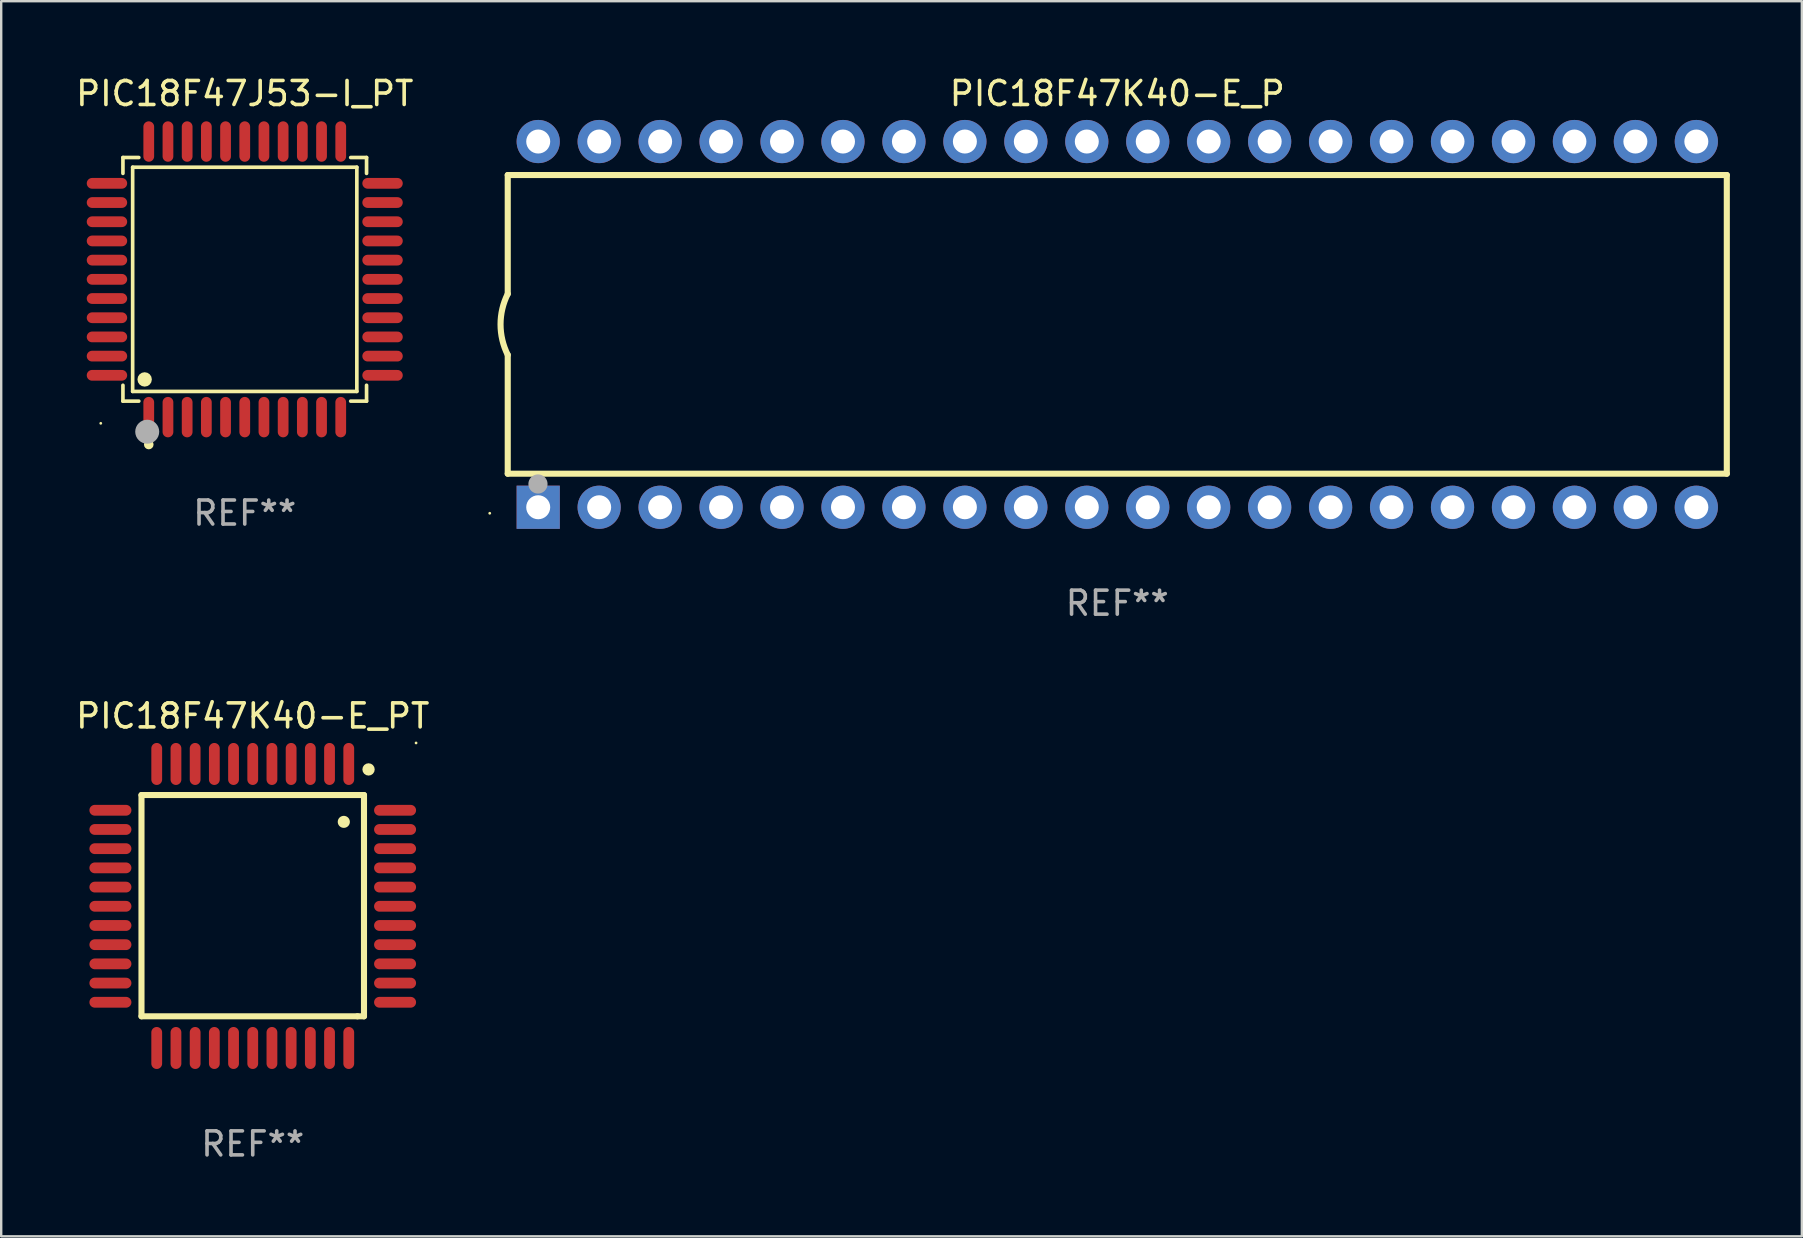
<source format=kicad_pcb>
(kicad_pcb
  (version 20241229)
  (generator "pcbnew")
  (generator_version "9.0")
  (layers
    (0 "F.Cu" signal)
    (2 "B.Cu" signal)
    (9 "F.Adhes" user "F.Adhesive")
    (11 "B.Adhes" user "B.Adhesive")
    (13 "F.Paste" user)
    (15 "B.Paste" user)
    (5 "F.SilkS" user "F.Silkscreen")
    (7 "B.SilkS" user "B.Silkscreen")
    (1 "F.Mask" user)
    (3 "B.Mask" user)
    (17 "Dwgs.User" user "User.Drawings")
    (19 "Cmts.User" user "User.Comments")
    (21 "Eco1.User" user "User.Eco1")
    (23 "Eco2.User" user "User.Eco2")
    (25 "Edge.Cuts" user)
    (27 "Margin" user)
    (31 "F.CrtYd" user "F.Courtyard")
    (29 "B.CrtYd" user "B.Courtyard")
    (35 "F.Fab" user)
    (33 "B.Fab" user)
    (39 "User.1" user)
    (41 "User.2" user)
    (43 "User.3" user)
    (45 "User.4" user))
  (footprint "PIC18F47K40-E_PT"
    (layer "F.Cu")
    (at 7.482 34.703)
    (property "Reference" "PIC18F47K40-E_PT" (at 0 -7.918 0) (layer "F.SilkS") (effects (font (size 1 1) (thickness 0.15))))
    (attr through_hole)
    (fp_line (start -4.636 -4.623) (end 4.636 -4.623) (stroke (width 0.254) (type solid)) (layer "F.SilkS"))
    (fp_line (start -4.636 4.597) (end -4.636 -4.623) (stroke (width 0.254) (type solid)) (layer "F.SilkS"))
    (fp_line (start 4.363 4.597) (end -4.636 4.597) (stroke (width 0.254) (type solid)) (layer "F.SilkS"))
    (fp_line (start 4.636 -4.623) (end 4.636 4.35) (stroke (width 0.254) (type solid)) (layer "F.SilkS"))
    (fp_line (start 4.636 4.35) (end 4.636 4.597) (stroke (width 0.254) (type solid)) (layer "F.SilkS"))
    (fp_line (start 4.636 4.597) (end 4.363 4.597) (stroke (width 0.254) (type solid)) (layer "F.SilkS"))
    (fp_arc (start 3.792228 -3.505207) (mid 3.794768 -3.50522) (end 3.797308 -3.505207) (stroke (width 0.5) (type solid)) (layer "F.SilkS"))
    (fp_circle (center 4.826 -5.69) (end 4.956 -5.69) (stroke (width 0.254) (type solid)) (fill no) (layer "F.SilkS"))
    (fp_circle (center 6.806 -6.793) (end 6.836 -6.793) (stroke (width 0.06) (type solid)) (fill no) (layer "F.SilkS"))
    (fp_text user "REF**" (at 0 9.918 0) (layer "F.Fab") (effects (font (size 1 1) (thickness 0.15))))
    (pad "1" smd oval (at 4.001 -5.918) (size 0.45 1.75) (layers "F.Cu" "F.Mask" "F.Paste"))
    (pad "2" smd oval (at 3.2 -5.918) (size 0.45 1.75) (layers "F.Cu" "F.Mask" "F.Paste"))
    (pad "3" smd oval (at 2.4 -5.918) (size 0.45 1.75) (layers "F.Cu" "F.Mask" "F.Paste"))
    (pad "4" smd oval (at 1.6 -5.918) (size 0.45 1.75) (layers "F.Cu" "F.Mask" "F.Paste"))
    (pad "5" smd oval (at 0.8 -5.918) (size 0.45 1.75) (layers "F.Cu" "F.Mask" "F.Paste"))
    (pad "6" smd oval (at 0 -5.918) (size 0.45 1.75) (layers "F.Cu" "F.Mask" "F.Paste"))
    (pad "7" smd oval (at -0.8 -5.918) (size 0.45 1.75) (layers "F.Cu" "F.Mask" "F.Paste"))
    (pad "8" smd oval (at -1.6 -5.918) (size 0.45 1.75) (layers "F.Cu" "F.Mask" "F.Paste"))
    (pad "9" smd oval (at -2.4 -5.918) (size 0.45 1.75) (layers "F.Cu" "F.Mask" "F.Paste"))
    (pad "10" smd oval (at -3.2 -5.918) (size 0.45 1.75) (layers "F.Cu" "F.Mask" "F.Paste"))
    (pad "11" smd oval (at -4.001 -5.918) (size 0.45 1.75) (layers "F.Cu" "F.Mask" "F.Paste"))
    (pad "12" smd oval (at -5.931 -3.988 270) (size 0.45 1.75) (layers "F.Cu" "F.Mask" "F.Paste"))
    (pad "13" smd oval (at -5.931 -3.188 270) (size 0.45 1.75) (layers "F.Cu" "F.Mask" "F.Paste"))
    (pad "14" smd oval (at -5.931 -2.388 270) (size 0.45 1.75) (layers "F.Cu" "F.Mask" "F.Paste"))
    (pad "15" smd oval (at -5.931 -1.588 270) (size 0.45 1.75) (layers "F.Cu" "F.Mask" "F.Paste"))
    (pad "16" smd oval (at -5.931 -0.787 270) (size 0.45 1.75) (layers "F.Cu" "F.Mask" "F.Paste"))
    (pad "17" smd oval (at -5.931 0.013 270) (size 0.45 1.75) (layers "F.Cu" "F.Mask" "F.Paste"))
    (pad "18" smd oval (at -5.931 0.813 270) (size 0.45 1.75) (layers "F.Cu" "F.Mask" "F.Paste"))
    (pad "19" smd oval (at -5.931 1.613 270) (size 0.45 1.75) (layers "F.Cu" "F.Mask" "F.Paste"))
    (pad "20" smd oval (at -5.931 2.413 270) (size 0.45 1.75) (layers "F.Cu" "F.Mask" "F.Paste"))
    (pad "21" smd oval (at -5.931 3.213 270) (size 0.45 1.75) (layers "F.Cu" "F.Mask" "F.Paste"))
    (pad "22" smd oval (at -5.931 4.013 270) (size 0.45 1.75) (layers "F.Cu" "F.Mask" "F.Paste"))
    (pad "23" smd oval (at -4.001 5.918) (size 0.45 1.75) (layers "F.Cu" "F.Mask" "F.Paste"))
    (pad "24" smd oval (at -3.2 5.918) (size 0.45 1.75) (layers "F.Cu" "F.Mask" "F.Paste"))
    (pad "25" smd oval (at -2.4 5.918) (size 0.45 1.75) (layers "F.Cu" "F.Mask" "F.Paste"))
    (pad "26" smd oval (at -1.6 5.918) (size 0.45 1.75) (layers "F.Cu" "F.Mask" "F.Paste"))
    (pad "27" smd oval (at -0.8 5.918) (size 0.45 1.75) (layers "F.Cu" "F.Mask" "F.Paste"))
    (pad "28" smd oval (at 0 5.918) (size 0.45 1.75) (layers "F.Cu" "F.Mask" "F.Paste"))
    (pad "29" smd oval (at 0.8 5.918) (size 0.45 1.75) (layers "F.Cu" "F.Mask" "F.Paste"))
    (pad "30" smd oval (at 1.6 5.918) (size 0.45 1.75) (layers "F.Cu" "F.Mask" "F.Paste"))
    (pad "31" smd oval (at 2.4 5.918) (size 0.45 1.75) (layers "F.Cu" "F.Mask" "F.Paste"))
    (pad "32" smd oval (at 3.2 5.918) (size 0.45 1.75) (layers "F.Cu" "F.Mask" "F.Paste"))
    (pad "33" smd oval (at 4.001 5.918) (size 0.45 1.75) (layers "F.Cu" "F.Mask" "F.Paste"))
    (pad "34" smd oval (at 5.931 4.013 270) (size 0.45 1.75) (layers "F.Cu" "F.Mask" "F.Paste"))
    (pad "35" smd oval (at 5.931 3.213 270) (size 0.45 1.75) (layers "F.Cu" "F.Mask" "F.Paste"))
    (pad "36" smd oval (at 5.931 2.413 270) (size 0.45 1.75) (layers "F.Cu" "F.Mask" "F.Paste"))
    (pad "37" smd oval (at 5.931 1.613 270) (size 0.45 1.75) (layers "F.Cu" "F.Mask" "F.Paste"))
    (pad "38" smd oval (at 5.931 0.813 270) (size 0.45 1.75) (layers "F.Cu" "F.Mask" "F.Paste"))
    (pad "39" smd oval (at 5.931 0.013 270) (size 0.45 1.75) (layers "F.Cu" "F.Mask" "F.Paste"))
    (pad "40" smd oval (at 5.931 -0.787 270) (size 0.45 1.75) (layers "F.Cu" "F.Mask" "F.Paste"))
    (pad "41" smd oval (at 5.931 -1.588 270) (size 0.45 1.75) (layers "F.Cu" "F.Mask" "F.Paste"))
    (pad "42" smd oval (at 5.931 -2.388 270) (size 0.45 1.75) (layers "F.Cu" "F.Mask" "F.Paste"))
    (pad "43" smd oval (at 5.931 -3.188 270) (size 0.45 1.75) (layers "F.Cu" "F.Mask" "F.Paste"))
    (pad "44" smd oval (at 5.931 -3.988 270) (size 0.45 1.75) (layers "F.Cu" "F.Mask" "F.Paste")))
  (footprint "PIC18F47K40-E_P"
    (layer "F.Cu")
    (at 43.508 10.468)
    (property "Reference" "PIC18F47K40-E_P" (at 0 -9.62 0) (layer "F.SilkS") (effects (font (size 1 1) (thickness 0.15))))
    (attr through_hole)
    (fp_line (start -25.4 -6.224) (end -25.4 -1.271) (stroke (width 0.254) (type solid)) (layer "F.SilkS"))
    (fp_line (start -25.4 -6.224) (end 25.4 -6.224) (stroke (width 0.254) (type solid)) (layer "F.SilkS"))
    (fp_line (start -25.4 1.269) (end -25.4 6.222) (stroke (width 0.254) (type solid)) (layer "F.SilkS"))
    (fp_line (start -25.4 6.222) (end 25.4 6.222) (stroke (width 0.254) (type solid)) (layer "F.SilkS"))
    (fp_line (start 25.4 6.222) (end 25.4 -6.224) (stroke (width 0.254) (type solid)) (layer "F.SilkS"))
    (fp_arc (start -25.4 1.269241) (mid -25.699807 -0.000762) (end -25.4 -1.270765) (stroke (width 0.254001) (type solid)) (layer "F.SilkS"))
    (fp_circle (center -26.15 7.87) (end -26.12 7.87) (stroke (width 0.06) (type solid)) (fill no) (layer "F.SilkS"))
    (fp_circle (center -24.14 6.65) (end -23.94 6.65) (stroke (width 0.4) (type solid)) (fill no) (layer "F.Fab"))
    (fp_text user "REF**" (at 0 11.62 0) (layer "F.Fab") (effects (font (size 1 1) (thickness 0.15))))
    (pad "1" thru_hole rect (at -24.13 7.62 90) (size 1.8 1.8) (drill 1) (layers "*.Cu" "*.Mask"))
    (pad "2" thru_hole circle (at -21.59 7.62) (size 1.8 1.8) (drill 1) (layers "*.Cu" "*.Mask"))
    (pad "3" thru_hole circle (at -19.05 7.62) (size 1.8 1.8) (drill 1) (layers "*.Cu" "*.Mask"))
    (pad "4" thru_hole circle (at -16.51 7.62) (size 1.8 1.8) (drill 1) (layers "*.Cu" "*.Mask"))
    (pad "5" thru_hole circle (at -13.97 7.62) (size 1.8 1.8) (drill 1) (layers "*.Cu" "*.Mask"))
    (pad "6" thru_hole circle (at -11.43 7.62) (size 1.8 1.8) (drill 1) (layers "*.Cu" "*.Mask"))
    (pad "7" thru_hole circle (at -8.89 7.62) (size 1.8 1.8) (drill 1) (layers "*.Cu" "*.Mask"))
    (pad "8" thru_hole circle (at -6.35 7.62) (size 1.8 1.8) (drill 1) (layers "*.Cu" "*.Mask"))
    (pad "9" thru_hole circle (at -3.81 7.62) (size 1.8 1.8) (drill 1) (layers "*.Cu" "*.Mask"))
    (pad "10" thru_hole circle (at -1.27 7.62) (size 1.8 1.8) (drill 1) (layers "*.Cu" "*.Mask"))
    (pad "11" thru_hole circle (at 1.27 7.62) (size 1.8 1.8) (drill 1) (layers "*.Cu" "*.Mask"))
    (pad "12" thru_hole circle (at 3.81 7.62) (size 1.8 1.8) (drill 1) (layers "*.Cu" "*.Mask"))
    (pad "13" thru_hole circle (at 6.35 7.62) (size 1.8 1.8) (drill 1) (layers "*.Cu" "*.Mask"))
    (pad "14" thru_hole circle (at 8.89 7.62) (size 1.8 1.8) (drill 1) (layers "*.Cu" "*.Mask"))
    (pad "15" thru_hole circle (at 11.43 7.62) (size 1.8 1.8) (drill 1) (layers "*.Cu" "*.Mask"))
    (pad "16" thru_hole circle (at 13.97 7.62) (size 1.8 1.8) (drill 1) (layers "*.Cu" "*.Mask"))
    (pad "17" thru_hole circle (at 16.51 7.62) (size 1.8 1.8) (drill 1) (layers "*.Cu" "*.Mask"))
    (pad "18" thru_hole circle (at 19.05 7.62) (size 1.8 1.8) (drill 1) (layers "*.Cu" "*.Mask"))
    (pad "19" thru_hole circle (at 21.59 7.62) (size 1.8 1.8) (drill 1) (layers "*.Cu" "*.Mask"))
    (pad "20" thru_hole circle (at 24.13 7.62) (size 1.8 1.8) (drill 1) (layers "*.Cu" "*.Mask"))
    (pad "21" thru_hole circle (at 24.13 -7.62) (size 1.8 1.8) (drill 1) (layers "*.Cu" "*.Mask"))
    (pad "22" thru_hole circle (at 21.59 -7.62) (size 1.8 1.8) (drill 1) (layers "*.Cu" "*.Mask"))
    (pad "23" thru_hole circle (at 19.05 -7.62) (size 1.8 1.8) (drill 1) (layers "*.Cu" "*.Mask"))
    (pad "24" thru_hole circle (at 16.51 -7.62) (size 1.8 1.8) (drill 1) (layers "*.Cu" "*.Mask"))
    (pad "25" thru_hole circle (at 13.97 -7.62) (size 1.8 1.8) (drill 1) (layers "*.Cu" "*.Mask"))
    (pad "26" thru_hole circle (at 11.43 -7.62) (size 1.8 1.8) (drill 1) (layers "*.Cu" "*.Mask"))
    (pad "27" thru_hole circle (at 8.89 -7.62) (size 1.8 1.8) (drill 1) (layers "*.Cu" "*.Mask"))
    (pad "28" thru_hole circle (at 6.35 -7.62) (size 1.8 1.8) (drill 1) (layers "*.Cu" "*.Mask"))
    (pad "29" thru_hole circle (at 3.81 -7.62) (size 1.8 1.8) (drill 1) (layers "*.Cu" "*.Mask"))
    (pad "30" thru_hole circle (at 1.27 -7.62) (size 1.8 1.8) (drill 1) (layers "*.Cu" "*.Mask"))
    (pad "31" thru_hole circle (at -1.27 -7.62) (size 1.8 1.8) (drill 1) (layers "*.Cu" "*.Mask"))
    (pad "32" thru_hole circle (at -3.81 -7.62) (size 1.8 1.8) (drill 1) (layers "*.Cu" "*.Mask"))
    (pad "33" thru_hole circle (at -6.35 -7.62) (size 1.8 1.8) (drill 1) (layers "*.Cu" "*.Mask"))
    (pad "34" thru_hole circle (at -8.89 -7.62) (size 1.8 1.8) (drill 1) (layers "*.Cu" "*.Mask"))
    (pad "35" thru_hole circle (at -11.43 -7.62) (size 1.8 1.8) (drill 1) (layers "*.Cu" "*.Mask"))
    (pad "36" thru_hole circle (at -13.97 -7.62) (size 1.8 1.8) (drill 1) (layers "*.Cu" "*.Mask"))
    (pad "37" thru_hole circle (at -16.51 -7.62) (size 1.8 1.8) (drill 1) (layers "*.Cu" "*.Mask"))
    (pad "38" thru_hole circle (at -19.05 -7.62) (size 1.8 1.8) (drill 1) (layers "*.Cu" "*.Mask"))
    (pad "39" thru_hole circle (at -21.59 -7.62) (size 1.8 1.8) (drill 1) (layers "*.Cu" "*.Mask"))
    (pad "40" thru_hole circle (at -24.13 -7.62) (size 1.8 1.8) (drill 1) (layers "*.Cu" "*.Mask")))
  (footprint "PIC18F47J53-I_PT"
    (layer "F.Cu")
    (at 7.149 8.59)
    (property "Reference" "PIC18F47J53-I_PT" (at 0 -7.742 0) (layer "F.SilkS") (effects (font (size 1 1) (thickness 0.15))))
    (attr through_hole)
    (fp_line (start -5.076 -5.076) (end -4.415 -5.076) (stroke (width 0.152) (type solid)) (layer "F.SilkS"))
    (fp_line (start -5.076 -4.415) (end -5.076 -5.076) (stroke (width 0.152) (type solid)) (layer "F.SilkS"))
    (fp_line (start -5.076 4.415) (end -5.076 5.076) (stroke (width 0.152) (type solid)) (layer "F.SilkS"))
    (fp_line (start -5.076 5.076) (end -4.415 5.076) (stroke (width 0.152) (type solid)) (layer "F.SilkS"))
    (fp_line (start -4.671 -4.671) (end 4.671 -4.671) (stroke (width 0.152) (type solid)) (layer "F.SilkS"))
    (fp_line (start -4.671 4.671) (end -4.671 -4.671) (stroke (width 0.152) (type solid)) (layer "F.SilkS"))
    (fp_line (start 4.671 -4.671) (end 4.671 4.671) (stroke (width 0.152) (type solid)) (layer "F.SilkS"))
    (fp_line (start 4.671 4.671) (end -4.671 4.671) (stroke (width 0.152) (type solid)) (layer "F.SilkS"))
    (fp_line (start 5.076 -5.076) (end 4.415 -5.076) (stroke (width 0.152) (type solid)) (layer "F.SilkS"))
    (fp_line (start 5.076 -4.415) (end 5.076 -5.076) (stroke (width 0.152) (type solid)) (layer "F.SilkS"))
    (fp_line (start 5.076 4.415) (end 5.076 5.076) (stroke (width 0.152) (type solid)) (layer "F.SilkS"))
    (fp_line (start 5.076 5.076) (end 4.415 5.076) (stroke (width 0.152) (type solid)) (layer "F.SilkS"))
    (fp_circle (center -6 6) (end -5.97 6) (stroke (width 0.06) (type solid)) (fill no) (layer "F.SilkS"))
    (fp_circle (center -4.171 4.171) (end -4.021 4.171) (stroke (width 0.3) (type solid)) (fill no) (layer "F.SilkS"))
    (fp_circle (center -4 6.884) (end -3.9 6.884) (stroke (width 0.2) (type solid)) (fill no) (layer "F.SilkS"))
    (fp_circle (center -4.064 6.35) (end -3.814 6.35) (stroke (width 0.5) (type solid)) (fill no) (layer "F.Fab"))
    (fp_text user "REF**" (at 0 9.742 0) (layer "F.Fab") (effects (font (size 1 1) (thickness 0.15))))
    (pad "1" smd oval (at -4 5.742) (size 0.448 1.684) (layers "F.Cu" "F.Mask" "F.Paste"))
    (pad "2" smd oval (at -3.2 5.742) (size 0.448 1.684) (layers "F.Cu" "F.Mask" "F.Paste"))
    (pad "3" smd oval (at -2.4 5.742) (size 0.448 1.684) (layers "F.Cu" "F.Mask" "F.Paste"))
    (pad "4" smd oval (at -1.6 5.742) (size 0.448 1.684) (layers "F.Cu" "F.Mask" "F.Paste"))
    (pad "5" smd oval (at -0.8 5.742) (size 0.448 1.684) (layers "F.Cu" "F.Mask" "F.Paste"))
    (pad "6" smd oval (at 0 5.742) (size 0.448 1.684) (layers "F.Cu" "F.Mask" "F.Paste"))
    (pad "7" smd oval (at 0.8 5.742) (size 0.448 1.684) (layers "F.Cu" "F.Mask" "F.Paste"))
    (pad "8" smd oval (at 1.6 5.742) (size 0.448 1.684) (layers "F.Cu" "F.Mask" "F.Paste"))
    (pad "9" smd oval (at 2.4 5.742) (size 0.448 1.684) (layers "F.Cu" "F.Mask" "F.Paste"))
    (pad "10" smd oval (at 3.2 5.742) (size 0.448 1.684) (layers "F.Cu" "F.Mask" "F.Paste"))
    (pad "11" smd oval (at 4 5.742) (size 0.448 1.684) (layers "F.Cu" "F.Mask" "F.Paste"))
    (pad "12" smd oval (at 5.742 4) (size 1.684 0.448) (layers "F.Cu" "F.Mask" "F.Paste"))
    (pad "13" smd oval (at 5.742 3.2) (size 1.684 0.448) (layers "F.Cu" "F.Mask" "F.Paste"))
    (pad "14" smd oval (at 5.742 2.4) (size 1.684 0.448) (layers "F.Cu" "F.Mask" "F.Paste"))
    (pad "15" smd oval (at 5.742 1.6) (size 1.684 0.448) (layers "F.Cu" "F.Mask" "F.Paste"))
    (pad "16" smd oval (at 5.742 0.8) (size 1.684 0.448) (layers "F.Cu" "F.Mask" "F.Paste"))
    (pad "17" smd oval (at 5.742 0) (size 1.684 0.448) (layers "F.Cu" "F.Mask" "F.Paste"))
    (pad "18" smd oval (at 5.742 -0.8) (size 1.684 0.448) (layers "F.Cu" "F.Mask" "F.Paste"))
    (pad "19" smd oval (at 5.742 -1.6) (size 1.684 0.448) (layers "F.Cu" "F.Mask" "F.Paste"))
    (pad "20" smd oval (at 5.742 -2.4) (size 1.684 0.448) (layers "F.Cu" "F.Mask" "F.Paste"))
    (pad "21" smd oval (at 5.742 -3.2) (size 1.684 0.448) (layers "F.Cu" "F.Mask" "F.Paste"))
    (pad "22" smd oval (at 5.742 -4) (size 1.684 0.448) (layers "F.Cu" "F.Mask" "F.Paste"))
    (pad "23" smd oval (at 4 -5.742) (size 0.448 1.684) (layers "F.Cu" "F.Mask" "F.Paste"))
    (pad "24" smd oval (at 3.2 -5.742) (size 0.448 1.684) (layers "F.Cu" "F.Mask" "F.Paste"))
    (pad "25" smd oval (at 2.4 -5.742) (size 0.448 1.684) (layers "F.Cu" "F.Mask" "F.Paste"))
    (pad "26" smd oval (at 1.6 -5.742) (size 0.448 1.684) (layers "F.Cu" "F.Mask" "F.Paste"))
    (pad "27" smd oval (at 0.8 -5.742) (size 0.448 1.684) (layers "F.Cu" "F.Mask" "F.Paste"))
    (pad "28" smd oval (at 0 -5.742) (size 0.448 1.684) (layers "F.Cu" "F.Mask" "F.Paste"))
    (pad "29" smd oval (at -0.8 -5.742) (size 0.448 1.684) (layers "F.Cu" "F.Mask" "F.Paste"))
    (pad "30" smd oval (at -1.6 -5.742) (size 0.448 1.684) (layers "F.Cu" "F.Mask" "F.Paste"))
    (pad "31" smd oval (at -2.4 -5.742) (size 0.448 1.684) (layers "F.Cu" "F.Mask" "F.Paste"))
    (pad "32" smd oval (at -3.2 -5.742) (size 0.448 1.684) (layers "F.Cu" "F.Mask" "F.Paste"))
    (pad "33" smd oval (at -4 -5.742) (size 0.448 1.684) (layers "F.Cu" "F.Mask" "F.Paste"))
    (pad "34" smd oval (at -5.742 -4) (size 1.684 0.448) (layers "F.Cu" "F.Mask" "F.Paste"))
    (pad "35" smd oval (at -5.742 -3.2) (size 1.684 0.448) (layers "F.Cu" "F.Mask" "F.Paste"))
    (pad "36" smd oval (at -5.742 -2.4) (size 1.684 0.448) (layers "F.Cu" "F.Mask" "F.Paste"))
    (pad "37" smd oval (at -5.742 -1.6) (size 1.684 0.448) (layers "F.Cu" "F.Mask" "F.Paste"))
    (pad "38" smd oval (at -5.742 -0.8) (size 1.684 0.448) (layers "F.Cu" "F.Mask" "F.Paste"))
    (pad "39" smd oval (at -5.742 0) (size 1.684 0.448) (layers "F.Cu" "F.Mask" "F.Paste"))
    (pad "40" smd oval (at -5.742 0.8) (size 1.684 0.448) (layers "F.Cu" "F.Mask" "F.Paste"))
    (pad "41" smd oval (at -5.742 1.6) (size 1.684 0.448) (layers "F.Cu" "F.Mask" "F.Paste"))
    (pad "42" smd oval (at -5.742 2.4) (size 1.684 0.448) (layers "F.Cu" "F.Mask" "F.Paste"))
    (pad "43" smd oval (at -5.742 3.2) (size 1.684 0.448) (layers "F.Cu" "F.Mask" "F.Paste"))
    (pad "44" smd oval (at -5.742 4) (size 1.684 0.448) (layers "F.Cu" "F.Mask" "F.Paste")))
  (gr_rect
    (start -3 -3)
    (end 72.035 48.469)
    (stroke (width 0.1) (type default))
    (fill no)
    (layer "Edge.Cuts")))
</source>
